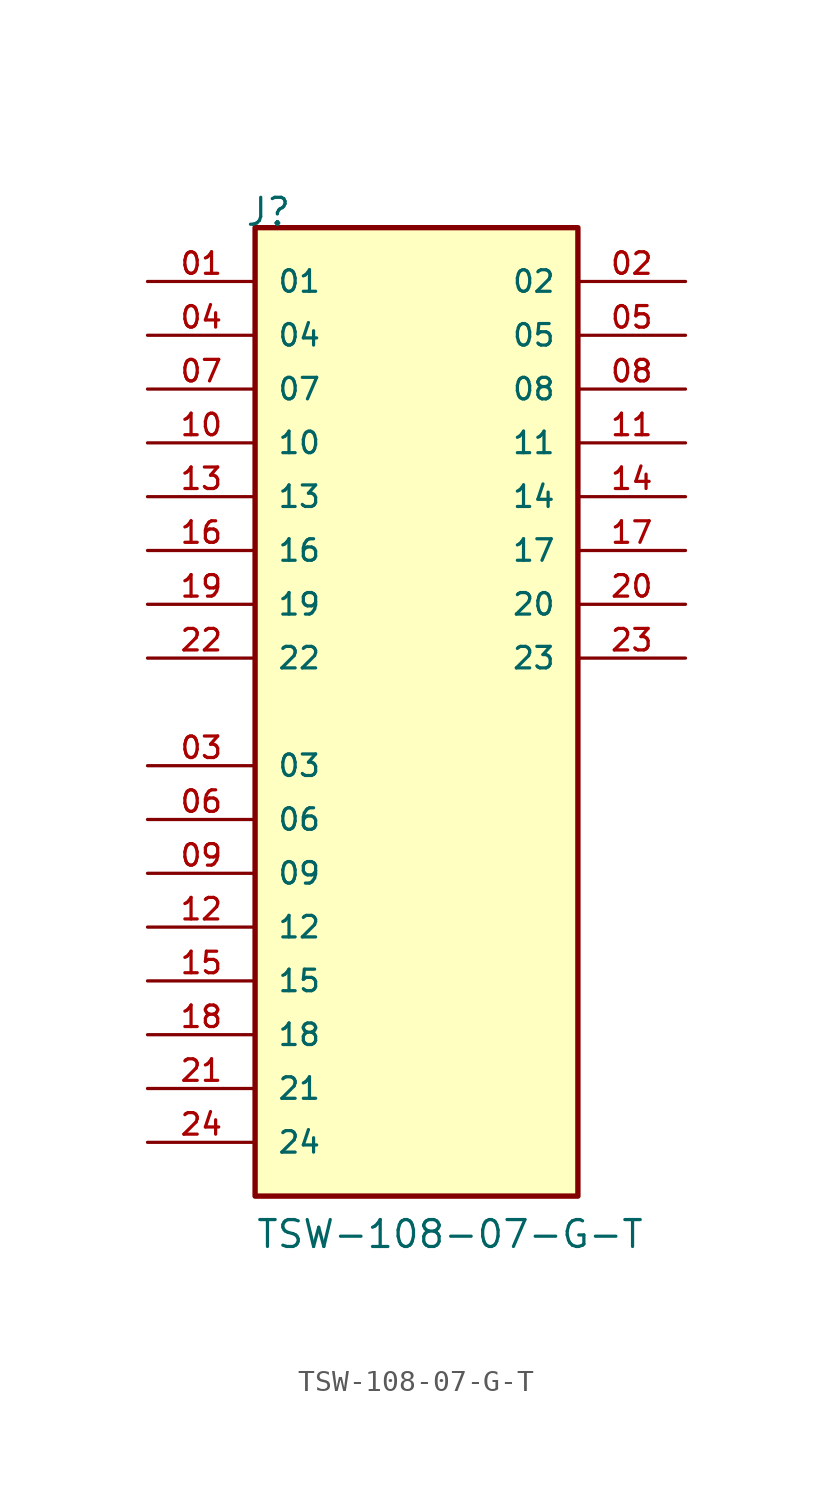
<source format=kicad_sym>
(kicad_symbol_lib
  (version 20211014)
  (generator kicad_symbol_editor)
  (symbol "TSW-108-07-G-T"
    (pin_names
      (offset 1.016))
    (property "Reference" "J"
      (at -8.12 22.86 0)
      (effects (font (size 1.27 1.27)) (justify bottom left)))
    (property "Value" "TSW-108-07-G-T"
      (at -7.62 -25.4 0)
      (effects (font (size 1.27 1.27)) (justify bottom left)))
    (symbol "TSW-108-07-G-T_0_0"
      (rectangle (start -7.62 -22.86) (end 7.62 22.86) (stroke (width 0.254)) (fill (type background)))
      (pin passive line (at -12.7 20.32 0) (length 5.08) (name "01" (effects (font (size 1.016 1.016)))) (number "01" (effects (font (size 1.016 1.016)))))
      (pin passive line (at -12.7 17.78 0) (length 5.08) (name "04" (effects (font (size 1.016 1.016)))) (number "04" (effects (font (size 1.016 1.016)))))
      (pin passive line (at -12.7 15.24 0) (length 5.08) (name "07" (effects (font (size 1.016 1.016)))) (number "07" (effects (font (size 1.016 1.016)))))
      (pin passive line (at -12.7 12.7 0) (length 5.08) (name "10" (effects (font (size 1.016 1.016)))) (number "10" (effects (font (size 1.016 1.016)))))
      (pin passive line (at -12.7 10.16 0) (length 5.08) (name "13" (effects (font (size 1.016 1.016)))) (number "13" (effects (font (size 1.016 1.016)))))
      (pin passive line (at -12.7 7.62 0) (length 5.08) (name "16" (effects (font (size 1.016 1.016)))) (number "16" (effects (font (size 1.016 1.016)))))
      (pin passive line (at -12.7 5.08 0) (length 5.08) (name "19" (effects (font (size 1.016 1.016)))) (number "19" (effects (font (size 1.016 1.016)))))
      (pin passive line (at -12.7 2.54 0) (length 5.08) (name "22" (effects (font (size 1.016 1.016)))) (number "22" (effects (font (size 1.016 1.016)))))
      (pin passive line (at 12.7 20.32 180.0) (length 5.08) (name "02" (effects (font (size 1.016 1.016)))) (number "02" (effects (font (size 1.016 1.016)))))
      (pin passive line (at 12.7 17.78 180.0) (length 5.08) (name "05" (effects (font (size 1.016 1.016)))) (number "05" (effects (font (size 1.016 1.016)))))
      (pin passive line (at 12.7 15.24 180.0) (length 5.08) (name "08" (effects (font (size 1.016 1.016)))) (number "08" (effects (font (size 1.016 1.016)))))
      (pin passive line (at 12.7 12.7 180.0) (length 5.08) (name "11" (effects (font (size 1.016 1.016)))) (number "11" (effects (font (size 1.016 1.016)))))
      (pin passive line (at 12.7 10.16 180.0) (length 5.08) (name "14" (effects (font (size 1.016 1.016)))) (number "14" (effects (font (size 1.016 1.016)))))
      (pin passive line (at 12.7 7.62 180.0) (length 5.08) (name "17" (effects (font (size 1.016 1.016)))) (number "17" (effects (font (size 1.016 1.016)))))
      (pin passive line (at 12.7 5.08 180.0) (length 5.08) (name "20" (effects (font (size 1.016 1.016)))) (number "20" (effects (font (size 1.016 1.016)))))
      (pin passive line (at 12.7 2.54 180.0) (length 5.08) (name "23" (effects (font (size 1.016 1.016)))) (number "23" (effects (font (size 1.016 1.016)))))
      (pin passive line (at -12.7 -2.54 0) (length 5.08) (name "03" (effects (font (size 1.016 1.016)))) (number "03" (effects (font (size 1.016 1.016)))))
      (pin passive line (at -12.7 -5.08 0) (length 5.08) (name "06" (effects (font (size 1.016 1.016)))) (number "06" (effects (font (size 1.016 1.016)))))
      (pin passive line (at -12.7 -7.62 0) (length 5.08) (name "09" (effects (font (size 1.016 1.016)))) (number "09" (effects (font (size 1.016 1.016)))))
      (pin passive line (at -12.7 -10.16 0) (length 5.08) (name "12" (effects (font (size 1.016 1.016)))) (number "12" (effects (font (size 1.016 1.016)))))
      (pin passive line (at -12.7 -12.7 0) (length 5.08) (name "15" (effects (font (size 1.016 1.016)))) (number "15" (effects (font (size 1.016 1.016)))))
      (pin passive line (at -12.7 -15.24 0) (length 5.08) (name "18" (effects (font (size 1.016 1.016)))) (number "18" (effects (font (size 1.016 1.016)))))
      (pin passive line (at -12.7 -17.78 0) (length 5.08) (name "21" (effects (font (size 1.016 1.016)))) (number "21" (effects (font (size 1.016 1.016)))))
      (pin passive line (at -12.7 -20.32 0) (length 5.08) (name "24" (effects (font (size 1.016 1.016)))) (number "24" (effects (font (size 1.016 1.016))))))))
</source>
